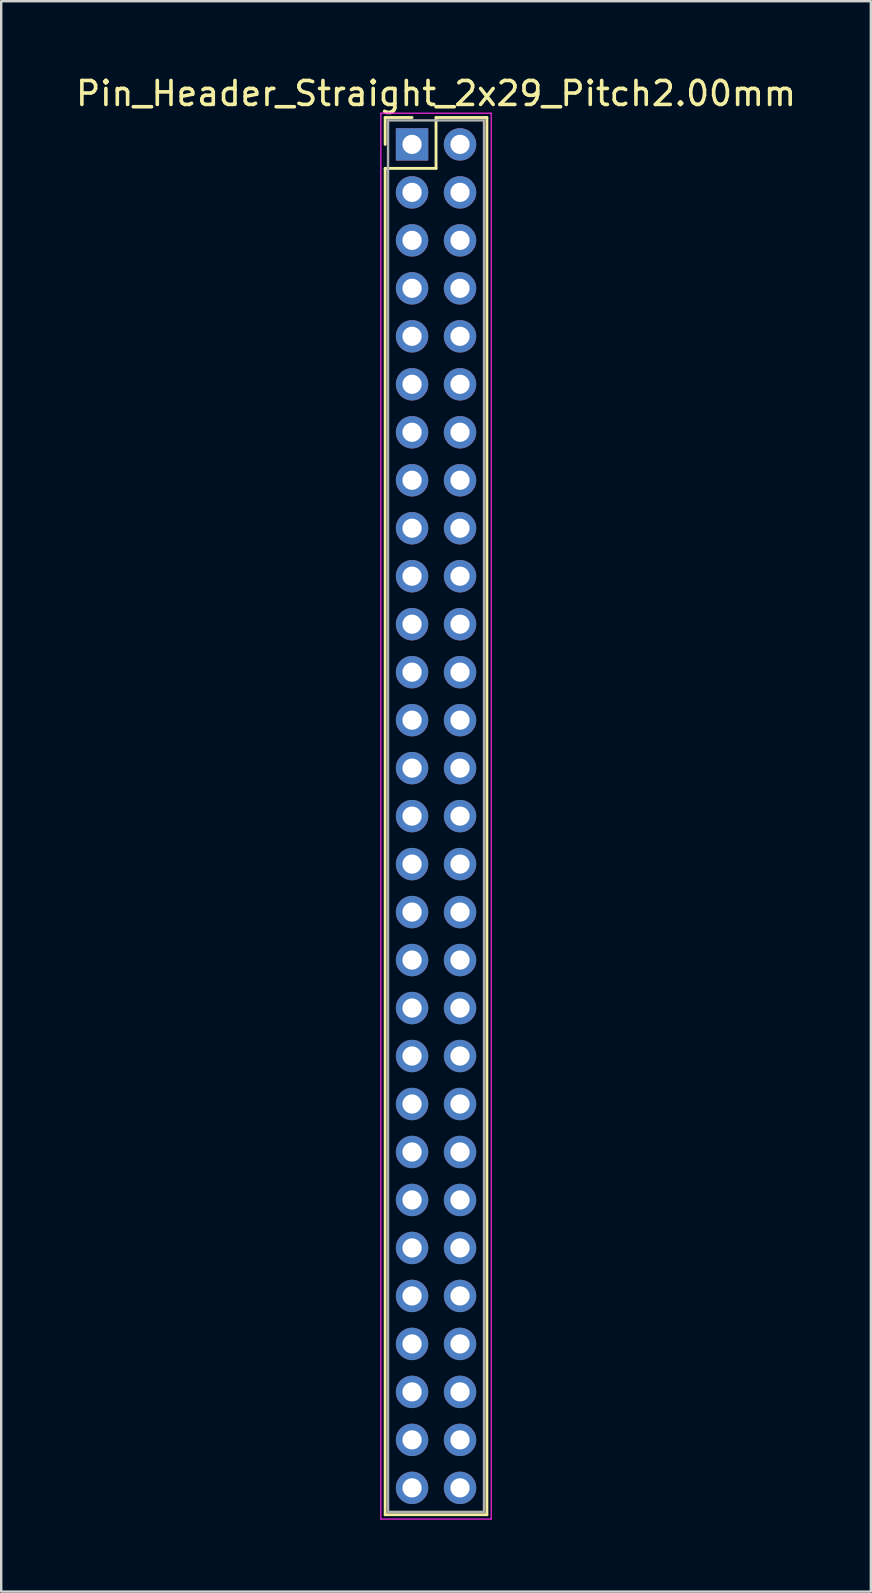
<source format=kicad_pcb>
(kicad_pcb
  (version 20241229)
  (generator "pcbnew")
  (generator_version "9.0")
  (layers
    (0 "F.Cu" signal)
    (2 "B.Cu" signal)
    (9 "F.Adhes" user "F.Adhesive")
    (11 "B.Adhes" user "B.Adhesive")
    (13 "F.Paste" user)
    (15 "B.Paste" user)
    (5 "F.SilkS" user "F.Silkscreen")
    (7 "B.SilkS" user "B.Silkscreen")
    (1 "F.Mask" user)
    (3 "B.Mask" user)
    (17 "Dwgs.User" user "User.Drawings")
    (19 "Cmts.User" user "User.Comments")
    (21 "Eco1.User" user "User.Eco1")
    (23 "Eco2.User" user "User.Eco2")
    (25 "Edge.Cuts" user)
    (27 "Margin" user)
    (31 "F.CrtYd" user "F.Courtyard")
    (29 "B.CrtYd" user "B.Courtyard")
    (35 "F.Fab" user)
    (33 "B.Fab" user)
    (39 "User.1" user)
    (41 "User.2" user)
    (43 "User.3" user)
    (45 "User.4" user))
  (footprint "Pin_Header_Straight_2x29_Pitch2.00mm"
    (layer "F.Cu")
    (at 14.125 2.968)
    (property "Reference" "Pin_Header_Straight_2x29_Pitch2.00mm" (at 1 -2.12 0) (layer "F.SilkS") (effects (font (size 1 1) (thickness 0.15))))
    (attr through_hole)
    (fp_line (start -1.12 -1.12) (end 0 -1.12) (stroke (width 0.12) (type solid)) (layer "F.SilkS"))
    (fp_line (start -1.12 0) (end -1.12 -1.12) (stroke (width 0.12) (type solid)) (layer "F.SilkS"))
    (fp_line (start -1.12 1) (end -1.12 57.12) (stroke (width 0.12) (type solid)) (layer "F.SilkS"))
    (fp_line (start -1.12 57.12) (end 3.12 57.12) (stroke (width 0.12) (type solid)) (layer "F.SilkS"))
    (fp_line (start 1 -1.12) (end 1 1) (stroke (width 0.12) (type solid)) (layer "F.SilkS"))
    (fp_line (start 1 1) (end -1.12 1) (stroke (width 0.12) (type solid)) (layer "F.SilkS"))
    (fp_line (start 3.12 -1.12) (end 1 -1.12) (stroke (width 0.12) (type solid)) (layer "F.SilkS"))
    (fp_line (start 3.12 57.12) (end 3.12 -1.12) (stroke (width 0.12) (type solid)) (layer "F.SilkS"))
    (fp_line (start -1.3 -1.3) (end -1.3 57.3) (stroke (width 0.05) (type solid)) (layer "F.CrtYd"))
    (fp_line (start -1.3 57.3) (end 3.3 57.3) (stroke (width 0.05) (type solid)) (layer "F.CrtYd"))
    (fp_line (start 3.3 -1.3) (end -1.3 -1.3) (stroke (width 0.05) (type solid)) (layer "F.CrtYd"))
    (fp_line (start 3.3 57.3) (end 3.3 -1.3) (stroke (width 0.05) (type solid)) (layer "F.CrtYd"))
    (fp_line (start -1 -1) (end -1 57) (stroke (width 0.1) (type solid)) (layer "F.Fab"))
    (fp_line (start -1 57) (end 3 57) (stroke (width 0.1) (type solid)) (layer "F.Fab"))
    (fp_line (start 3 -1) (end -1 -1) (stroke (width 0.1) (type solid)) (layer "F.Fab"))
    (fp_line (start 3 57) (end 3 -1) (stroke (width 0.1) (type solid)) (layer "F.Fab"))
    (pad "1" thru_hole rect (at 0 0) (size 1.35 1.35) (drill 0.8) (layers "*.Cu" "*.Mask"))
    (pad "2" thru_hole oval (at 2 0) (size 1.35 1.35) (drill 0.8) (layers "*.Cu" "*.Mask"))
    (pad "3" thru_hole oval (at 0 2) (size 1.35 1.35) (drill 0.8) (layers "*.Cu" "*.Mask"))
    (pad "4" thru_hole oval (at 2 2) (size 1.35 1.35) (drill 0.8) (layers "*.Cu" "*.Mask"))
    (pad "5" thru_hole oval (at 0 4) (size 1.35 1.35) (drill 0.8) (layers "*.Cu" "*.Mask"))
    (pad "6" thru_hole oval (at 2 4) (size 1.35 1.35) (drill 0.8) (layers "*.Cu" "*.Mask"))
    (pad "7" thru_hole oval (at 0 6) (size 1.35 1.35) (drill 0.8) (layers "*.Cu" "*.Mask"))
    (pad "8" thru_hole oval (at 2 6) (size 1.35 1.35) (drill 0.8) (layers "*.Cu" "*.Mask"))
    (pad "9" thru_hole oval (at 0 8) (size 1.35 1.35) (drill 0.8) (layers "*.Cu" "*.Mask"))
    (pad "10" thru_hole oval (at 2 8) (size 1.35 1.35) (drill 0.8) (layers "*.Cu" "*.Mask"))
    (pad "11" thru_hole oval (at 0 10) (size 1.35 1.35) (drill 0.8) (layers "*.Cu" "*.Mask"))
    (pad "12" thru_hole oval (at 2 10) (size 1.35 1.35) (drill 0.8) (layers "*.Cu" "*.Mask"))
    (pad "13" thru_hole oval (at 0 12) (size 1.35 1.35) (drill 0.8) (layers "*.Cu" "*.Mask"))
    (pad "14" thru_hole oval (at 2 12) (size 1.35 1.35) (drill 0.8) (layers "*.Cu" "*.Mask"))
    (pad "15" thru_hole oval (at 0 14) (size 1.35 1.35) (drill 0.8) (layers "*.Cu" "*.Mask"))
    (pad "16" thru_hole oval (at 2 14) (size 1.35 1.35) (drill 0.8) (layers "*.Cu" "*.Mask"))
    (pad "17" thru_hole oval (at 0 16) (size 1.35 1.35) (drill 0.8) (layers "*.Cu" "*.Mask"))
    (pad "18" thru_hole oval (at 2 16) (size 1.35 1.35) (drill 0.8) (layers "*.Cu" "*.Mask"))
    (pad "19" thru_hole oval (at 0 18) (size 1.35 1.35) (drill 0.8) (layers "*.Cu" "*.Mask"))
    (pad "20" thru_hole oval (at 2 18) (size 1.35 1.35) (drill 0.8) (layers "*.Cu" "*.Mask"))
    (pad "21" thru_hole oval (at 0 20) (size 1.35 1.35) (drill 0.8) (layers "*.Cu" "*.Mask"))
    (pad "22" thru_hole oval (at 2 20) (size 1.35 1.35) (drill 0.8) (layers "*.Cu" "*.Mask"))
    (pad "23" thru_hole oval (at 0 22) (size 1.35 1.35) (drill 0.8) (layers "*.Cu" "*.Mask"))
    (pad "24" thru_hole oval (at 2 22) (size 1.35 1.35) (drill 0.8) (layers "*.Cu" "*.Mask"))
    (pad "25" thru_hole oval (at 0 24) (size 1.35 1.35) (drill 0.8) (layers "*.Cu" "*.Mask"))
    (pad "26" thru_hole oval (at 2 24) (size 1.35 1.35) (drill 0.8) (layers "*.Cu" "*.Mask"))
    (pad "27" thru_hole oval (at 0 26) (size 1.35 1.35) (drill 0.8) (layers "*.Cu" "*.Mask"))
    (pad "28" thru_hole oval (at 2 26) (size 1.35 1.35) (drill 0.8) (layers "*.Cu" "*.Mask"))
    (pad "29" thru_hole oval (at 0 28) (size 1.35 1.35) (drill 0.8) (layers "*.Cu" "*.Mask"))
    (pad "30" thru_hole oval (at 2 28) (size 1.35 1.35) (drill 0.8) (layers "*.Cu" "*.Mask"))
    (pad "31" thru_hole oval (at 0 30) (size 1.35 1.35) (drill 0.8) (layers "*.Cu" "*.Mask"))
    (pad "32" thru_hole oval (at 2 30) (size 1.35 1.35) (drill 0.8) (layers "*.Cu" "*.Mask"))
    (pad "33" thru_hole oval (at 0 32) (size 1.35 1.35) (drill 0.8) (layers "*.Cu" "*.Mask"))
    (pad "34" thru_hole oval (at 2 32) (size 1.35 1.35) (drill 0.8) (layers "*.Cu" "*.Mask"))
    (pad "35" thru_hole oval (at 0 34) (size 1.35 1.35) (drill 0.8) (layers "*.Cu" "*.Mask"))
    (pad "36" thru_hole oval (at 2 34) (size 1.35 1.35) (drill 0.8) (layers "*.Cu" "*.Mask"))
    (pad "37" thru_hole oval (at 0 36) (size 1.35 1.35) (drill 0.8) (layers "*.Cu" "*.Mask"))
    (pad "38" thru_hole oval (at 2 36) (size 1.35 1.35) (drill 0.8) (layers "*.Cu" "*.Mask"))
    (pad "39" thru_hole oval (at 0 38) (size 1.35 1.35) (drill 0.8) (layers "*.Cu" "*.Mask"))
    (pad "40" thru_hole oval (at 2 38) (size 1.35 1.35) (drill 0.8) (layers "*.Cu" "*.Mask"))
    (pad "41" thru_hole oval (at 0 40) (size 1.35 1.35) (drill 0.8) (layers "*.Cu" "*.Mask"))
    (pad "42" thru_hole oval (at 2 40) (size 1.35 1.35) (drill 0.8) (layers "*.Cu" "*.Mask"))
    (pad "43" thru_hole oval (at 0 42) (size 1.35 1.35) (drill 0.8) (layers "*.Cu" "*.Mask"))
    (pad "44" thru_hole oval (at 2 42) (size 1.35 1.35) (drill 0.8) (layers "*.Cu" "*.Mask"))
    (pad "45" thru_hole oval (at 0 44) (size 1.35 1.35) (drill 0.8) (layers "*.Cu" "*.Mask"))
    (pad "46" thru_hole oval (at 2 44) (size 1.35 1.35) (drill 0.8) (layers "*.Cu" "*.Mask"))
    (pad "47" thru_hole oval (at 0 46) (size 1.35 1.35) (drill 0.8) (layers "*.Cu" "*.Mask"))
    (pad "48" thru_hole oval (at 2 46) (size 1.35 1.35) (drill 0.8) (layers "*.Cu" "*.Mask"))
    (pad "49" thru_hole oval (at 0 48) (size 1.35 1.35) (drill 0.8) (layers "*.Cu" "*.Mask"))
    (pad "50" thru_hole oval (at 2 48) (size 1.35 1.35) (drill 0.8) (layers "*.Cu" "*.Mask"))
    (pad "51" thru_hole oval (at 0 50) (size 1.35 1.35) (drill 0.8) (layers "*.Cu" "*.Mask"))
    (pad "52" thru_hole oval (at 2 50) (size 1.35 1.35) (drill 0.8) (layers "*.Cu" "*.Mask"))
    (pad "53" thru_hole oval (at 0 52) (size 1.35 1.35) (drill 0.8) (layers "*.Cu" "*.Mask"))
    (pad "54" thru_hole oval (at 2 52) (size 1.35 1.35) (drill 0.8) (layers "*.Cu" "*.Mask"))
    (pad "55" thru_hole oval (at 0 54) (size 1.35 1.35) (drill 0.8) (layers "*.Cu" "*.Mask"))
    (pad "56" thru_hole oval (at 2 54) (size 1.35 1.35) (drill 0.8) (layers "*.Cu" "*.Mask"))
    (pad "57" thru_hole oval (at 0 56) (size 1.35 1.35) (drill 0.8) (layers "*.Cu" "*.Mask"))
    (pad "58" thru_hole oval (at 2 56) (size 1.35 1.35) (drill 0.8) (layers "*.Cu" "*.Mask")))
  (gr_rect
    (start -3 -3)
    (end 33.25 63.293)
    (stroke (width 0.1) (type default))
    (fill no)
    (layer "Edge.Cuts")))
</source>
